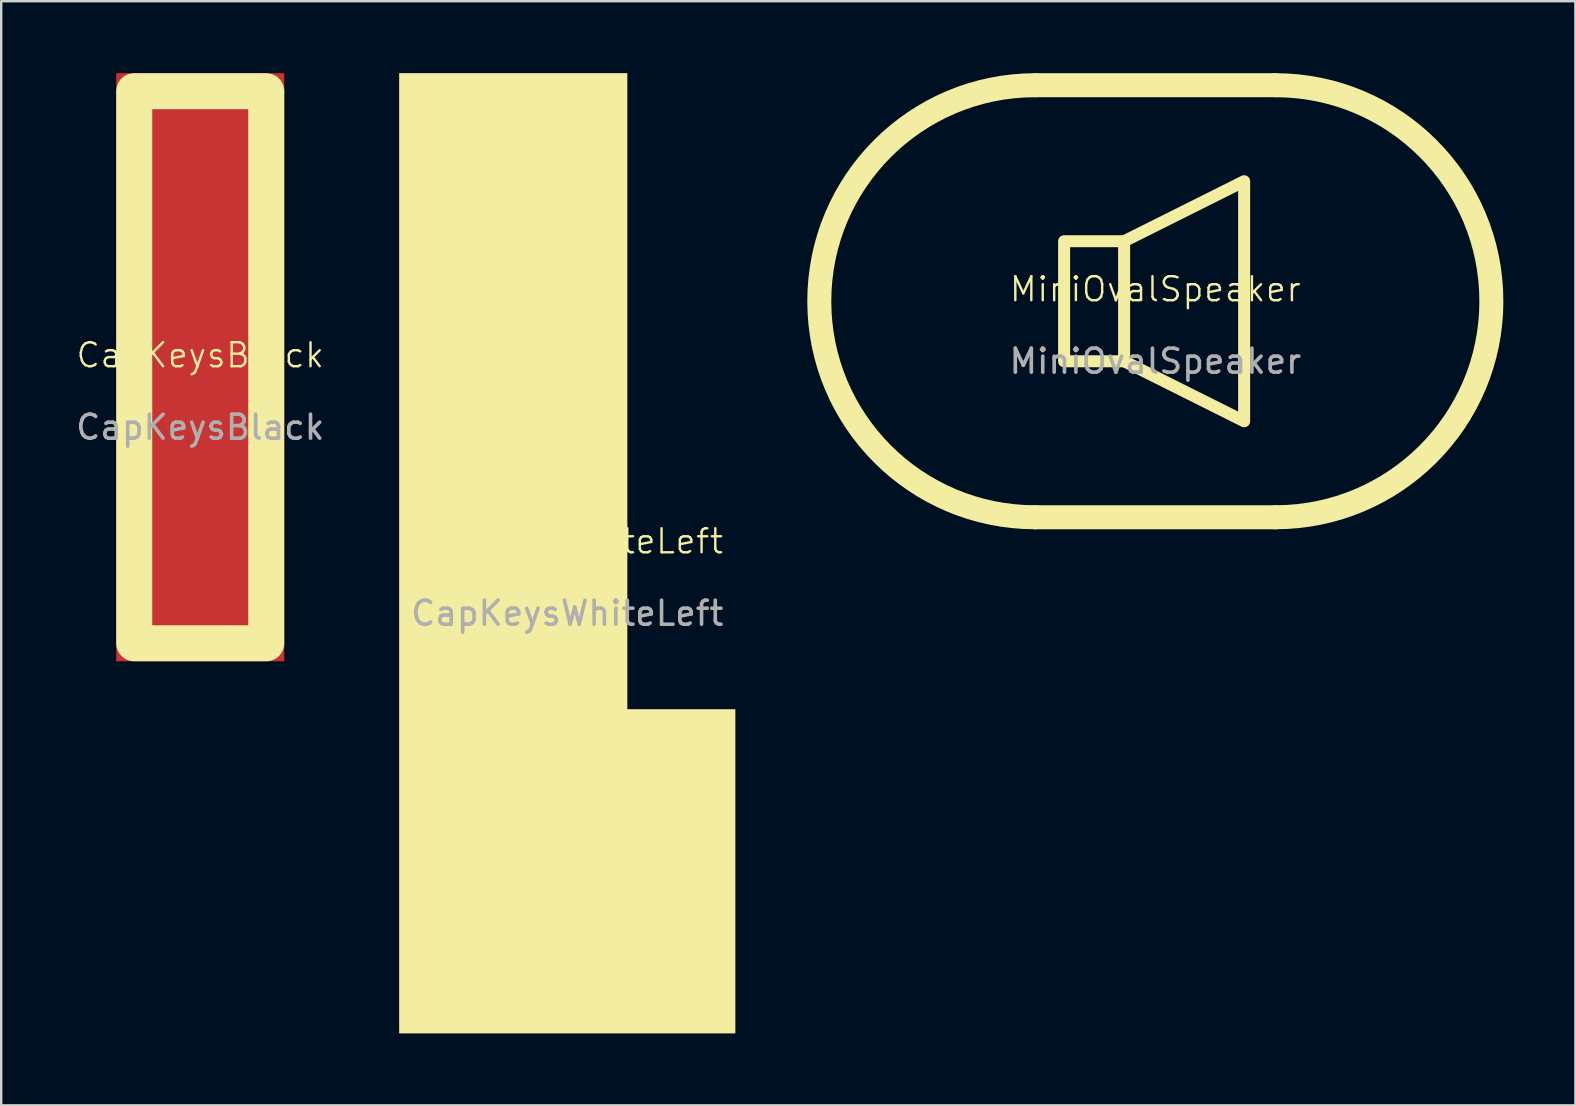
<source format=kicad_pcb>
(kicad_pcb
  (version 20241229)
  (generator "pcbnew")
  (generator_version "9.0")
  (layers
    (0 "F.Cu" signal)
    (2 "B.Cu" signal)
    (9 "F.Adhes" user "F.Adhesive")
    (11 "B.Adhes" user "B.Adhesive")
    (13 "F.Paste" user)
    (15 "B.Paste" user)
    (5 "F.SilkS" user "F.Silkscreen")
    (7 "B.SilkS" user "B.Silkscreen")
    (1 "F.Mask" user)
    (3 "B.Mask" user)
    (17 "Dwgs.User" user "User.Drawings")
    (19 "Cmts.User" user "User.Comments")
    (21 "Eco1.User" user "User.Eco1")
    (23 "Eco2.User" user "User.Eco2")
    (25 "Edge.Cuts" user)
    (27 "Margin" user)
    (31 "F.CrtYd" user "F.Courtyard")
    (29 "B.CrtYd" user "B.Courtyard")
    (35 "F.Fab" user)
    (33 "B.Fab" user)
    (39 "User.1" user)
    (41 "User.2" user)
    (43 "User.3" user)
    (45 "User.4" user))
  (footprint "CapKeysBlack"
    (layer "F.Cu")
    (at 5.292 12.25)
    (property "Reference" "CapKeysBlack" (at 0 -0.5 0) (unlocked yes) (layer "F.SilkS") (effects (font (size 1 1) (thickness 0.1))))
    (attr smd)
    (fp_rect (start -2.75 -11.5) (end 2.75 11.5) (stroke (width 1.5) (type default)) (fill no) (layer "F.SilkS"))
    (fp_text user "${REFERENCE}" (at 0 2.5 0) (unlocked yes) (layer "F.Fab") (effects (font (size 1 1) (thickness 0.15))))
    (pad "1" smd rect (at 0 0) (size 7 24.5) (property pad_prop_testpoint) (layers "F.Cu")))
  (footprint "CapKeysWhiteLeft"
    (layer "F.Cu")
    (at 20.583 20)
    (property "Reference" "CapKeysWhiteLeft" (at 0 -0.5 0) (unlocked yes) (layer "F.SilkS") (effects (font (size 1 1) (thickness 0.1))))
    (attr smd)
    (fp_poly (pts (xy -7 -20) (xy 2.5 -20) (xy 2.5 6.5) (xy 7 6.5) (xy 7 20) (xy -7 20)) (stroke (width 0) (type solid)) (fill yes) (layer "F.SilkS"))
    (fp_text user "${REFERENCE}" (at 0 2.5 0) (unlocked yes) (layer "F.Fab") (effects (font (size 1 1) (thickness 0.15))))
    (pad "1" smd custom (at 0 0) (size 5 40) (property pad_prop_testpoint) (layers "F.Cu") (options (anchor rect)) (primitives (gr_poly (pts (xy -7 -20) (xy 2.5 -20) (xy 2.5 6.5) (xy 7 6.5) (xy 7 20) (xy -7 20)) (width 0) (fill yes)))))
  (footprint "MiniOvalSpeaker"
    (layer "F.Cu")
    (at 45.083 9.5)
    (property "Reference" "MiniOvalSpeaker" (at 0 -0.5 0) (unlocked yes) (layer "F.SilkS") (effects (font (size 1 1) (thickness 0.1))))
    (fp_line (start -5 -9) (end 5 -9) (stroke (width 1) (type default)) (layer "F.SilkS"))
    (fp_line (start -5 9) (end 5 9) (stroke (width 1) (type default)) (layer "F.SilkS"))
    (fp_line (start -1.3 -2.5) (end -1.3 2.5) (stroke (width 0.5) (type default)) (layer "F.SilkS"))
    (fp_arc (start -5 9) (mid -14 0) (end -5 -9) (stroke (width 1) (type default)) (layer "F.SilkS"))
    (fp_arc (start 5 -9) (mid 14 0) (end 5 9) (stroke (width 1) (type default)) (layer "F.SilkS"))
    (fp_poly (pts (xy -1.3 -2.5) (xy -3.8 -2.5) (xy -3.8 2.5) (xy -1.3 2.5) (xy 3.7 5) (xy 3.7 -5)) (stroke (width 0.5) (type solid)) (fill no) (layer "F.SilkS"))
    (fp_text user "${REFERENCE}" (at 0 2.5 0) (unlocked yes) (layer "F.Fab") (effects (font (size 1 1) (thickness 0.15)))))
  (gr_rect
    (start -3 -3)
    (end 62.583 43)
    (stroke (width 0.1) (type default))
    (fill no)
    (layer "Edge.Cuts")))
</source>
